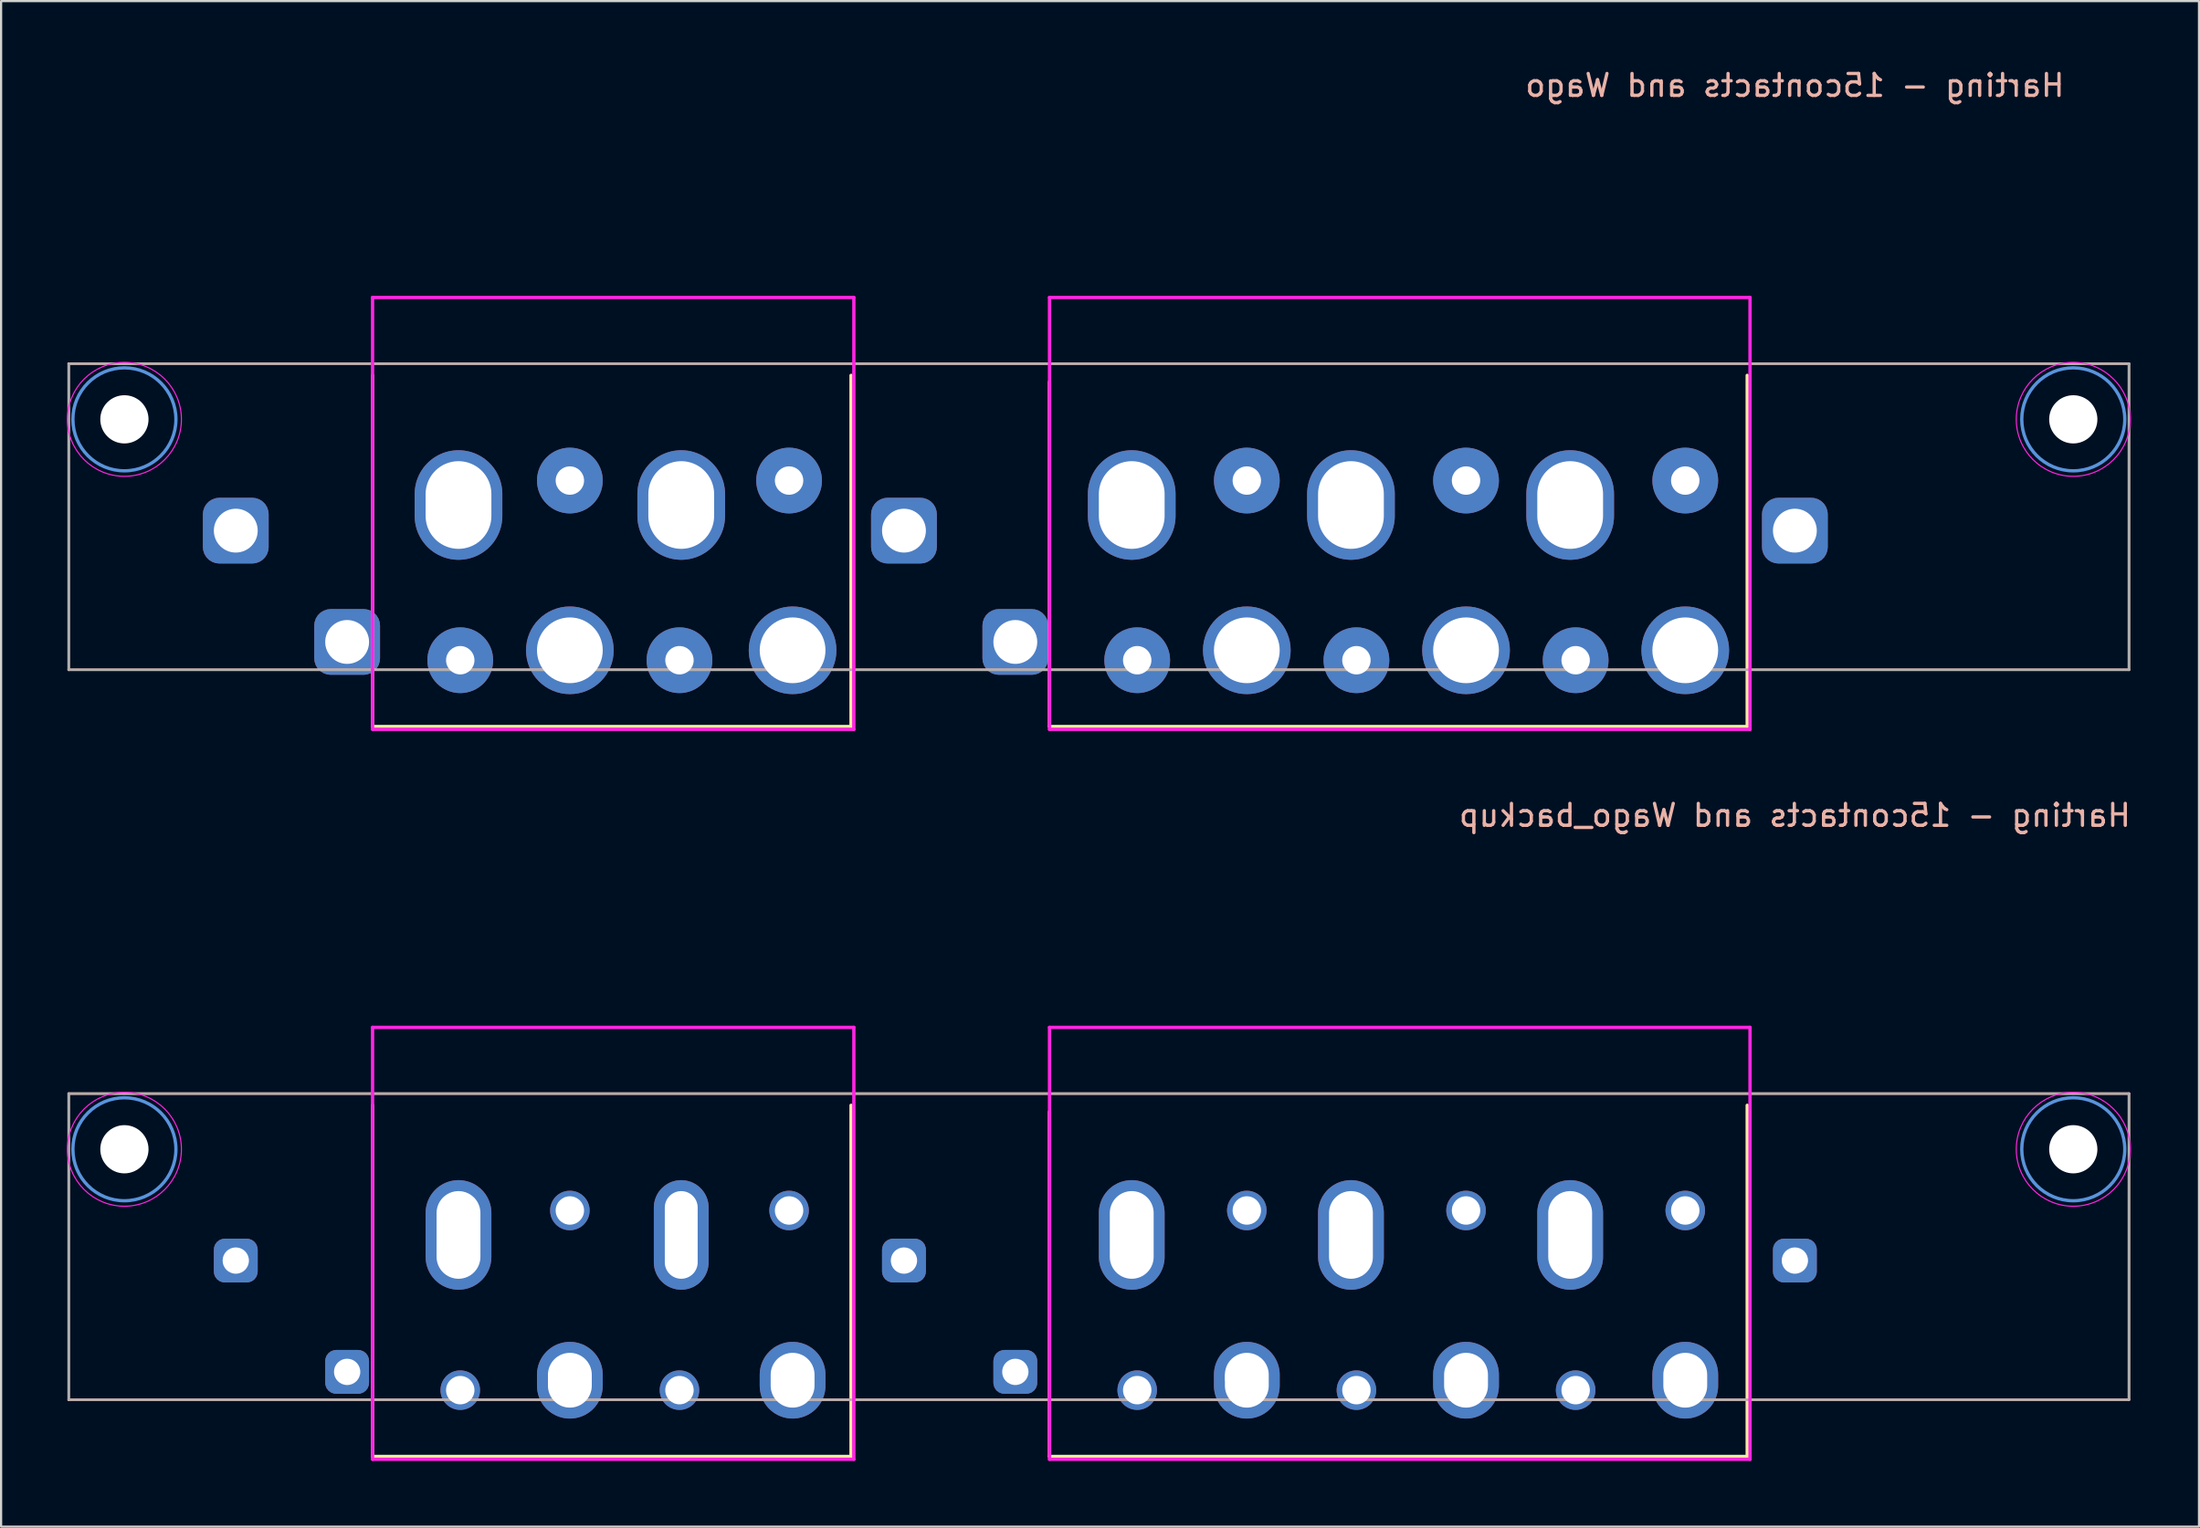
<source format=kicad_pcb>
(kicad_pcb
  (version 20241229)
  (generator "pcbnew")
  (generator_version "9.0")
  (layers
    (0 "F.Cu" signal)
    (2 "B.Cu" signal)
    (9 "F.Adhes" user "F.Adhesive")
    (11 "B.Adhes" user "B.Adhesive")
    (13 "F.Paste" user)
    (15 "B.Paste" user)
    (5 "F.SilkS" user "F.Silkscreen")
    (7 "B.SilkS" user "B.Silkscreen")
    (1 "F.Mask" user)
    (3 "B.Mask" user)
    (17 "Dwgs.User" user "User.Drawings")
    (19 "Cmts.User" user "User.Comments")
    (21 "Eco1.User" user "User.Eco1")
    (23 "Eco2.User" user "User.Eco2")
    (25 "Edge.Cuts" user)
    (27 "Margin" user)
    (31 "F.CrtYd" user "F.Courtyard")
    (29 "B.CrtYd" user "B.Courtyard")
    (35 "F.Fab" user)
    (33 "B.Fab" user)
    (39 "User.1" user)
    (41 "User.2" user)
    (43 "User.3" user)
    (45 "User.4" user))
  (footprint "Harting - 15contacts and Wago_backup"
    (layer "F.Cu")
    (at 78.825 54.481)
    (property "Reference" "Harting - 15contacts and Wago_backup" (at 0 -20.32 0) (unlocked yes) (layer "B.SilkS") (effects (font (size 1 1) (thickness 0.15)) (justify mirror)))
    (attr through_hole)
    (fp_line (start -64.88 -7.086) (end -64.88 8.941) (stroke (width 0.152) (type solid)) (layer "F.SilkS"))
    (fp_line (start -64.88 8.941) (end -43.053 8.941) (stroke (width 0.152) (type solid)) (layer "F.SilkS"))
    (fp_line (start -43.053 8.941) (end -43.053 -7.086) (stroke (width 0.152) (type solid)) (layer "F.SilkS"))
    (fp_line (start -34 -6.789) (end -34 8.941) (stroke (width 0.152) (type solid)) (layer "F.SilkS"))
    (fp_line (start -34 8.941) (end -2.173 8.941) (stroke (width 0.152) (type solid)) (layer "F.SilkS"))
    (fp_line (start -2.173 8.941) (end -2.173 -7.086) (stroke (width 0.152) (type solid)) (layer "F.SilkS"))
    (fp_line (start -78.74 -7.62) (end 15.24 -7.62) (stroke (width 0.12) (type default)) (layer "B.SilkS"))
    (fp_line (start -78.74 6.35) (end -78.74 -7.62) (stroke (width 0.12) (type default)) (layer "B.SilkS"))
    (fp_line (start 15.24 -7.62) (end 15.24 6.35) (stroke (width 0.12) (type default)) (layer "B.SilkS"))
    (fp_line (start 15.24 6.35) (end -78.74 6.35) (stroke (width 0.12) (type default)) (layer "B.SilkS"))
    (fp_circle (center -76.2 -5.08) (end -73.85 -5.08) (stroke (width 0.15) (type solid)) (fill no) (layer "Cmts.User"))
    (fp_circle (center 12.7 -5.08) (end 15.05 -5.08) (stroke (width 0.15) (type solid)) (fill no) (layer "Cmts.User"))
    (fp_line (start -64.88 -10.642) (end -64.88 9.068) (stroke (width 0.152) (type solid)) (layer "F.CrtYd"))
    (fp_line (start -64.88 9.068) (end -42.926 9.068) (stroke (width 0.152) (type solid)) (layer "F.CrtYd"))
    (fp_line (start -42.926 -10.642) (end -64.88 -10.642) (stroke (width 0.152) (type solid)) (layer "F.CrtYd"))
    (fp_line (start -42.926 9.068) (end -42.926 -10.642) (stroke (width 0.152) (type solid)) (layer "F.CrtYd"))
    (fp_line (start -34 -10.642) (end -34 9.068) (stroke (width 0.152) (type solid)) (layer "F.CrtYd"))
    (fp_line (start -34 9.068) (end -2.046 9.068) (stroke (width 0.152) (type solid)) (layer "F.CrtYd"))
    (fp_line (start -2.046 -10.642) (end -34 -10.642) (stroke (width 0.152) (type solid)) (layer "F.CrtYd"))
    (fp_line (start -2.046 9.068) (end -2.046 -10.642) (stroke (width 0.152) (type solid)) (layer "F.CrtYd"))
    (fp_circle (center -76.2 -5.08) (end -73.6 -5.08) (stroke (width 0.05) (type solid)) (fill no) (layer "F.CrtYd"))
    (fp_circle (center 12.7 -5.08) (end 15.3 -5.08) (stroke (width 0.05) (type solid)) (fill no) (layer "F.CrtYd"))
    (fp_rect (start -78.74 -7.62) (end 15.24 6.35) (stroke (width 0.1) (type default)) (fill no) (layer "F.Fab"))
    (pad "" np_thru_hole circle (at -76.2 -5.08) (size 2.2 2.2) (drill 2.8) (layers "*.Cu" "*.Mask"))
    (pad "" np_thru_hole circle (at 12.7 -5.08) (size 2.2 2.2) (drill 2.8) (layers "*.Cu" "*.Mask"))
    (pad "1" thru_hole roundrect (at 0 0) (size 2 2) (drill 1.2) (layers "*.Cu" "*.Mask") (roundrect_rratio 0.25))
    (pad "2" thru_hole roundrect (at -5.08 5.08) (size 2 2) (drill 1.2) (layers "*.Cu" "*.Mask") (roundrect_rratio 0.25))
    (pad "2" thru_hole circle (at -5 -2.286 180) (size 1.803 1.803) (drill 1.295) (layers "*.Cu" "*.Mask"))
    (pad "2" thru_hole oval (at -5 5.461) (size 3 3.5) (drill oval 2 2.5) (layers "*.Cu" "*.Mask"))
    (pad "2" thru_hole circle (at -5 5.914 180) (size 1.803 1.803) (drill 1.295) (layers "*.Cu" "*.Mask"))
    (pad "3" thru_hole oval (at -10.25 -1.17) (size 3 5) (drill oval 2 4) (layers "*.Cu" "*.Mask"))
    (pad "3" thru_hole roundrect (at -10.16 0) (size 2 2) (drill 1.2) (layers "*.Cu" "*.Mask") (roundrect_rratio 0.25))
    (pad "3" thru_hole circle (at -10 -2.286 180) (size 1.803 1.803) (drill 1.295) (layers "*.Cu" "*.Mask"))
    (pad "3" thru_hole circle (at -10 5.914 180) (size 1.803 1.803) (drill 1.295) (layers "*.Cu" "*.Mask"))
    (pad "4" thru_hole roundrect (at -15.24 5.08) (size 2 2) (drill 1.2) (layers "*.Cu" "*.Mask") (roundrect_rratio 0.25))
    (pad "4" thru_hole circle (at -15 -2.286 180) (size 1.803 1.803) (drill 1.295) (layers "*.Cu" "*.Mask"))
    (pad "4" thru_hole oval (at -15 5.461) (size 3 3.5) (drill oval 2 2.5) (layers "*.Cu" "*.Mask"))
    (pad "4" thru_hole circle (at -15 5.914 180) (size 1.803 1.803) (drill 1.295) (layers "*.Cu" "*.Mask"))
    (pad "5" thru_hole roundrect (at -20.32 0) (size 2 2) (drill 1.2) (layers "*.Cu" "*.Mask") (roundrect_rratio 0.25))
    (pad "5" thru_hole oval (at -20.25 -1.17) (size 3 5) (drill oval 2 4) (layers "*.Cu" "*.Mask"))
    (pad "5" thru_hole circle (at -20 -2.286 180) (size 1.803 1.803) (drill 1.295) (layers "*.Cu" "*.Mask"))
    (pad "5" thru_hole circle (at -20 5.914 180) (size 1.803 1.803) (drill 1.295) (layers "*.Cu" "*.Mask"))
    (pad "6" thru_hole roundrect (at -25.4 5.334) (size 2 2) (drill 1.2) (layers "*.Cu" "*.Mask") (roundrect_rratio 0.25))
    (pad "6" thru_hole circle (at -25 -2.286 180) (size 1.803 1.803) (drill 1.295) (layers "*.Cu" "*.Mask"))
    (pad "6" thru_hole oval (at -25 5.461) (size 3 3.5) (drill oval 2 2.5) (layers "*.Cu" "*.Mask"))
    (pad "6" thru_hole circle (at -25 5.914 180) (size 1.803 1.803) (drill 1.295) (layers "*.Cu" "*.Mask"))
    (pad "7" thru_hole roundrect (at -30.48 0) (size 2 2) (drill 1.2) (layers "*.Cu" "*.Mask") (roundrect_rratio 0.25))
    (pad "7" thru_hole oval (at -30.25 -1.17) (size 3 5) (drill oval 2 4) (layers "*.Cu" "*.Mask"))
    (pad "7" thru_hole circle (at -30 -2.286 180) (size 1.803 1.803) (drill 1.295) (layers "*.Cu" "*.Mask"))
    (pad "7" thru_hole circle (at -30 5.914 180) (size 1.803 1.803) (drill 1.295) (layers "*.Cu" "*.Mask"))
    (pad "8" thru_hole roundrect (at -35.56 5.08) (size 2 2) (drill 1.2) (layers "*.Cu" "*.Mask") (roundrect_rratio 0.25))
    (pad "9" thru_hole roundrect (at -40.64 0) (size 2 2) (drill 1.2) (layers "*.Cu" "*.Mask") (roundrect_rratio 0.25))
    (pad "10" thru_hole circle (at -45.88 -2.286 180) (size 1.803 1.803) (drill 1.295) (layers "*.Cu" "*.Mask"))
    (pad "10" thru_hole circle (at -45.88 5.914 180) (size 1.803 1.803) (drill 1.295) (layers "*.Cu" "*.Mask"))
    (pad "10" thru_hole roundrect (at -45.72 5.08) (size 2 2) (drill 1.2) (layers "*.Cu" "*.Mask") (roundrect_rratio 0.25))
    (pad "10" thru_hole oval (at -45.72 5.461) (size 3 3.5) (drill oval 2 2.5) (layers "*.Cu" "*.Mask"))
    (pad "11" thru_hole circle (at -50.88 -2.286 180) (size 1.803 1.803) (drill 1.295) (layers "*.Cu" "*.Mask"))
    (pad "11" thru_hole circle (at -50.88 5.914 180) (size 1.803 1.803) (drill 1.295) (layers "*.Cu" "*.Mask"))
    (pad "11" thru_hole oval (at -50.8 -1.17) (size 2.5 5) (drill oval 1.5 4) (layers "*.Cu" "*.Mask"))
    (pad "11" thru_hole roundrect (at -50.8 0) (size 2 2) (drill 1.2) (layers "*.Cu" "*.Mask") (roundrect_rratio 0.25))
    (pad "12" thru_hole circle (at -55.88 -2.286 180) (size 1.803 1.803) (drill 1.295) (layers "*.Cu" "*.Mask"))
    (pad "12" thru_hole roundrect (at -55.88 5.08) (size 2 2) (drill 1.2) (layers "*.Cu" "*.Mask") (roundrect_rratio 0.25))
    (pad "12" thru_hole oval (at -55.88 5.461) (size 3 3.5) (drill oval 2 2.5) (layers "*.Cu" "*.Mask"))
    (pad "12" thru_hole circle (at -55.88 5.914 180) (size 1.803 1.803) (drill 1.295) (layers "*.Cu" "*.Mask"))
    (pad "13" thru_hole oval (at -60.96 -1.17) (size 3 5) (drill oval 2 4) (layers "*.Cu" "*.Mask"))
    (pad "13" thru_hole roundrect (at -60.96 0) (size 2 2) (drill 1.2) (layers "*.Cu" "*.Mask") (roundrect_rratio 0.25))
    (pad "13" thru_hole circle (at -60.88 -2.286 180) (size 1.803 1.803) (drill 1.295) (layers "*.Cu" "*.Mask"))
    (pad "13" thru_hole circle (at -60.88 5.914 180) (size 1.803 1.803) (drill 1.295) (layers "*.Cu" "*.Mask"))
    (pad "14" thru_hole roundrect (at -66.04 5.08) (size 2 2) (drill 1.2) (layers "*.Cu" "*.Mask") (roundrect_rratio 0.25))
    (pad "15" thru_hole roundrect (at -71.12 0) (size 2 2) (drill 1.2) (layers "*.Cu" "*.Mask") (roundrect_rratio 0.25)))
  (footprint "Harting - 15contacts and Wago"
    (layer "F.Cu")
    (at 78.825 21.168)
    (property "Reference" "Harting - 15contacts and Wago" (at 0 -20.32 0) (unlocked yes) (layer "B.SilkS") (effects (font (size 1 1) (thickness 0.15)) (justify mirror)))
    (attr through_hole)
    (fp_line (start -64.88 -7.086) (end -64.88 8.941) (stroke (width 0.152) (type solid)) (layer "F.SilkS"))
    (fp_line (start -64.88 8.941) (end -43.053 8.941) (stroke (width 0.152) (type solid)) (layer "F.SilkS"))
    (fp_line (start -43.053 8.941) (end -43.053 -7.086) (stroke (width 0.152) (type solid)) (layer "F.SilkS"))
    (fp_line (start -34 -6.789) (end -34 8.941) (stroke (width 0.152) (type solid)) (layer "F.SilkS"))
    (fp_line (start -34 8.941) (end -2.173 8.941) (stroke (width 0.152) (type solid)) (layer "F.SilkS"))
    (fp_line (start -2.173 8.941) (end -2.173 -7.086) (stroke (width 0.152) (type solid)) (layer "F.SilkS"))
    (fp_line (start -78.74 -7.62) (end 15.24 -7.62) (stroke (width 0.12) (type default)) (layer "B.SilkS"))
    (fp_line (start -78.74 6.35) (end -78.74 -7.62) (stroke (width 0.12) (type default)) (layer "B.SilkS"))
    (fp_line (start 15.24 -7.62) (end 15.24 6.35) (stroke (width 0.12) (type default)) (layer "B.SilkS"))
    (fp_line (start 15.24 6.35) (end -78.74 6.35) (stroke (width 0.12) (type default)) (layer "B.SilkS"))
    (fp_circle (center -76.2 -5.08) (end -73.85 -5.08) (stroke (width 0.15) (type solid)) (fill no) (layer "Cmts.User"))
    (fp_circle (center 12.7 -5.08) (end 15.05 -5.08) (stroke (width 0.15) (type solid)) (fill no) (layer "Cmts.User"))
    (fp_line (start -64.88 -10.642) (end -64.88 9.068) (stroke (width 0.152) (type solid)) (layer "F.CrtYd"))
    (fp_line (start -64.88 9.068) (end -42.926 9.068) (stroke (width 0.152) (type solid)) (layer "F.CrtYd"))
    (fp_line (start -42.926 -10.642) (end -64.88 -10.642) (stroke (width 0.152) (type solid)) (layer "F.CrtYd"))
    (fp_line (start -42.926 9.068) (end -42.926 -10.642) (stroke (width 0.152) (type solid)) (layer "F.CrtYd"))
    (fp_line (start -34 -10.642) (end -34 9.068) (stroke (width 0.152) (type solid)) (layer "F.CrtYd"))
    (fp_line (start -34 9.068) (end -2.046 9.068) (stroke (width 0.152) (type solid)) (layer "F.CrtYd"))
    (fp_line (start -2.046 -10.642) (end -34 -10.642) (stroke (width 0.152) (type solid)) (layer "F.CrtYd"))
    (fp_line (start -2.046 9.068) (end -2.046 -10.642) (stroke (width 0.152) (type solid)) (layer "F.CrtYd"))
    (fp_circle (center -76.2 -5.08) (end -73.6 -5.08) (stroke (width 0.05) (type solid)) (fill no) (layer "F.CrtYd"))
    (fp_circle (center 12.7 -5.08) (end 15.3 -5.08) (stroke (width 0.05) (type solid)) (fill no) (layer "F.CrtYd"))
    (fp_rect (start -78.74 -7.62) (end 15.24 6.35) (stroke (width 0.1) (type default)) (fill no) (layer "F.Fab"))
    (pad "" np_thru_hole circle (at -76.2 -5.08) (size 2.2 2.2) (drill 2.8) (layers "*.Cu" "*.Mask"))
    (pad "" np_thru_hole circle (at 12.7 -5.08) (size 2.2 2.2) (drill 2.8) (layers "*.Cu" "*.Mask"))
    (pad "1" thru_hole roundrect (at 0 0) (size 3 3) (drill 2) (layers "*.Cu" "*.Mask") (roundrect_rratio 0.25))
    (pad "2" thru_hole circle (at -5 -2.286 180) (size 3 3) (drill 1.295) (layers "*.Cu" "*.Mask"))
    (pad "2" thru_hole oval (at -5 5.461) (size 4 4) (drill oval 3) (layers "*.Cu" "*.Mask"))
    (pad "3" thru_hole oval (at -10.25 -1.17) (size 4 5) (drill oval 3 4) (layers "*.Cu" "*.Mask"))
    (pad "3" thru_hole circle (at -10 5.914 180) (size 3 3) (drill 1.295) (layers "*.Cu" "*.Mask"))
    (pad "4" thru_hole circle (at -15 -2.286 180) (size 3 3) (drill 1.295) (layers "*.Cu" "*.Mask"))
    (pad "4" thru_hole oval (at -15 5.461) (size 4 4) (drill oval 3) (layers "*.Cu" "*.Mask"))
    (pad "5" thru_hole oval (at -20.25 -1.17) (size 4 5) (drill oval 3 4) (layers "*.Cu" "*.Mask"))
    (pad "5" thru_hole circle (at -20 5.914 180) (size 3 3) (drill 1.295) (layers "*.Cu" "*.Mask"))
    (pad "6" thru_hole circle (at -25 -2.286 180) (size 3 3) (drill 1.295) (layers "*.Cu" "*.Mask"))
    (pad "6" thru_hole oval (at -25 5.461) (size 4 4) (drill oval 3) (layers "*.Cu" "*.Mask"))
    (pad "7" thru_hole oval (at -30.25 -1.17) (size 4 5) (drill oval 3 4) (layers "*.Cu" "*.Mask"))
    (pad "7" thru_hole circle (at -30 5.914 180) (size 3 3) (drill 1.295) (layers "*.Cu" "*.Mask"))
    (pad "8" thru_hole roundrect (at -35.56 5.08) (size 3 3) (drill 2) (layers "*.Cu" "*.Mask") (roundrect_rratio 0.25))
    (pad "9" thru_hole roundrect (at -40.64 0) (size 3 3) (drill 2) (layers "*.Cu" "*.Mask") (roundrect_rratio 0.25))
    (pad "10" thru_hole circle (at -45.88 -2.286 180) (size 3 3) (drill 1.295) (layers "*.Cu" "*.Mask"))
    (pad "10" thru_hole oval (at -45.72 5.461) (size 4 4) (drill oval 3) (layers "*.Cu" "*.Mask"))
    (pad "11" thru_hole circle (at -50.88 5.914 180) (size 3 3) (drill 1.295) (layers "*.Cu" "*.Mask"))
    (pad "11" thru_hole oval (at -50.8 -1.17) (size 4 5) (drill oval 3 4) (layers "*.Cu" "*.Mask"))
    (pad "12" thru_hole circle (at -55.88 -2.286 180) (size 3 3) (drill 1.295) (layers "*.Cu" "*.Mask"))
    (pad "12" thru_hole oval (at -55.88 5.461) (size 4 4) (drill oval 3) (layers "*.Cu" "*.Mask"))
    (pad "13" thru_hole oval (at -60.96 -1.17) (size 4 5) (drill oval 3 4) (layers "*.Cu" "*.Mask"))
    (pad "13" thru_hole circle (at -60.88 5.914 180) (size 3 3) (drill 1.295) (layers "*.Cu" "*.Mask"))
    (pad "14" thru_hole roundrect (at -66.04 5.08 90) (size 3 3) (drill 2) (layers "*.Cu" "*.Mask") (roundrect_rratio 0.25))
    (pad "15" thru_hole roundrect (at -71.12 0) (size 3 3) (drill 2) (layers "*.Cu" "*.Mask") (roundrect_rratio 0.25)))
  (gr_rect
    (start -3 -3)
    (end 97.26 66.625)
    (stroke (width 0.1) (type default))
    (fill no)
    (layer "Edge.Cuts")))
</source>
